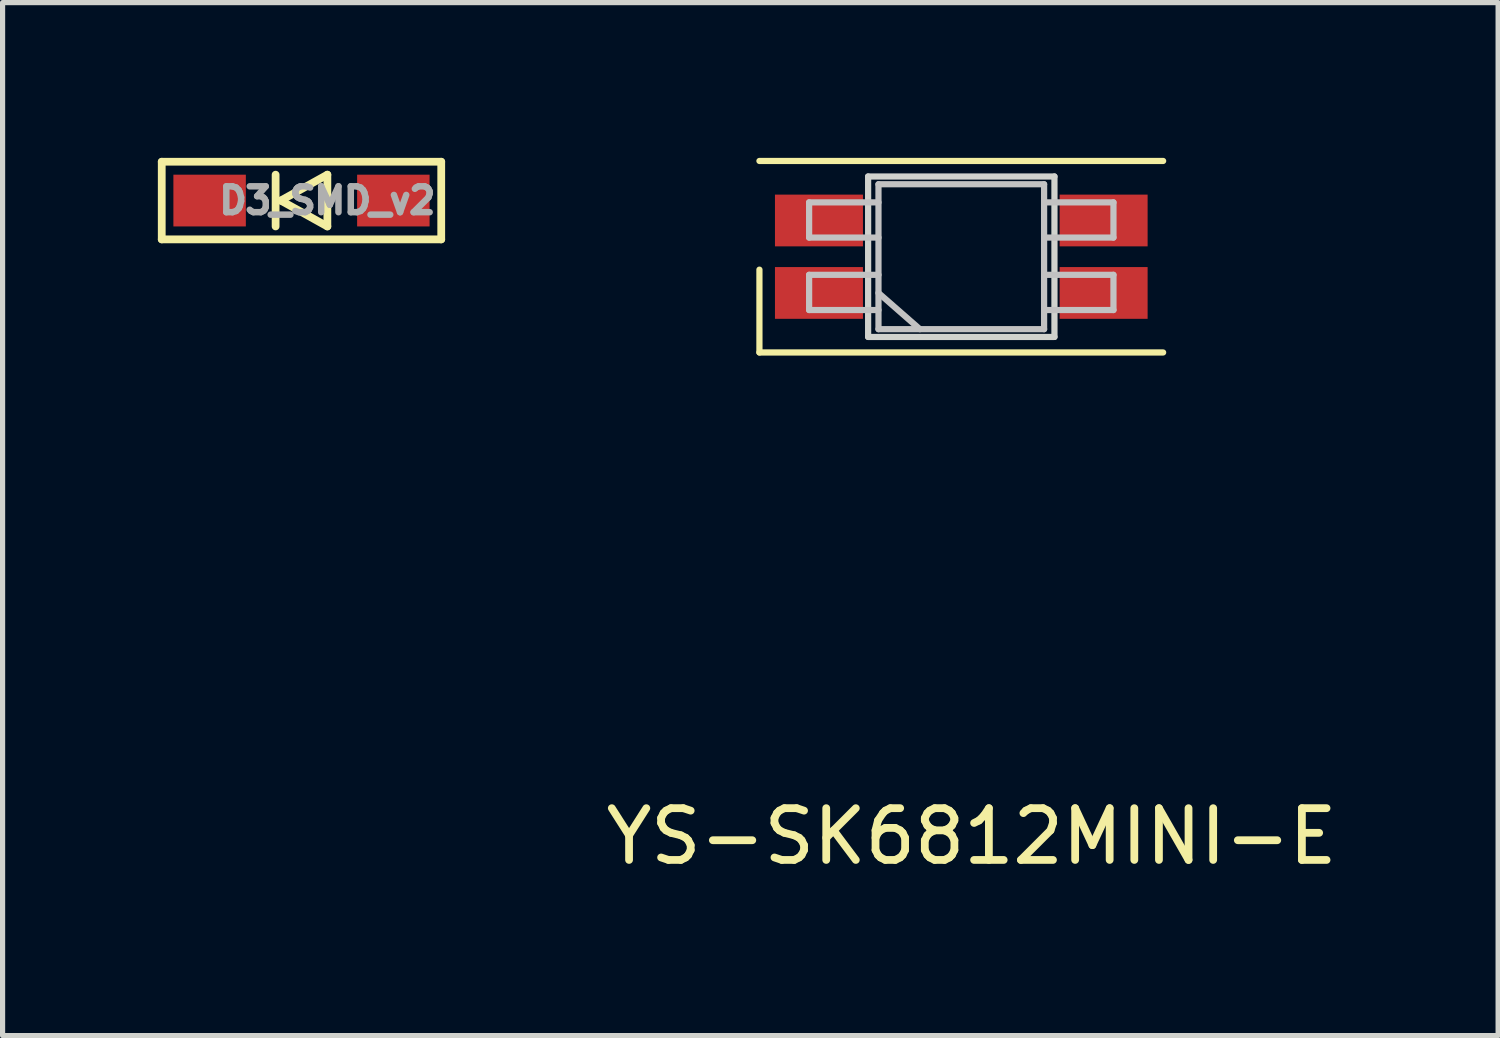
<source format=kicad_pcb>
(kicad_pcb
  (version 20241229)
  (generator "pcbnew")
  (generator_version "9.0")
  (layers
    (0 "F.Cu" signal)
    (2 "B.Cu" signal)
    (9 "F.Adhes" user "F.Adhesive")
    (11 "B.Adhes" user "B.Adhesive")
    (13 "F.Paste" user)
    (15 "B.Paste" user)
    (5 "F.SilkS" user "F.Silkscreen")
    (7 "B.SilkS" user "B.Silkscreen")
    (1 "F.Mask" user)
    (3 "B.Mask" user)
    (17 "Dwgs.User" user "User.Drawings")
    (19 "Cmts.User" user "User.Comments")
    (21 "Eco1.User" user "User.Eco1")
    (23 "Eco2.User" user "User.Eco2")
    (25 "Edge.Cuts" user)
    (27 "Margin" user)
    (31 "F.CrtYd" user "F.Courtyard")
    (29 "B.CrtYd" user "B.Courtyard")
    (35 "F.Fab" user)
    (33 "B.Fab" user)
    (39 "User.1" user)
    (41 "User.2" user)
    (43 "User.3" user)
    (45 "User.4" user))
  (footprint "D3_SMD_v2"
    (layer "F.Cu")
    (at 2.775 0.825)
    (property "Reference" "D3_SMD_v2" (at 0.5 0 0) (layer "F.Fab") (effects (font (size 0.5 0.5) (thickness 0.125))))
    (attr through_hole)
    (fp_line (start -2.7 -0.75) (end -2.7 0.75) (stroke (width 0.15) (type solid)) (layer "F.SilkS"))
    (fp_line (start -2.7 0.75) (end 2.7 0.75) (stroke (width 0.15) (type solid)) (layer "F.SilkS"))
    (fp_line (start -0.5 -0.5) (end -0.5 0.5) (stroke (width 0.15) (type solid)) (layer "F.SilkS"))
    (fp_line (start -0.4 0) (end 0.5 -0.5) (stroke (width 0.15) (type solid)) (layer "F.SilkS"))
    (fp_line (start 0.5 -0.5) (end 0.5 0.5) (stroke (width 0.15) (type solid)) (layer "F.SilkS"))
    (fp_line (start 0.5 0.5) (end -0.4 0) (stroke (width 0.15) (type solid)) (layer "F.SilkS"))
    (fp_line (start 2.7 -0.75) (end -2.7 -0.75) (stroke (width 0.15) (type solid)) (layer "F.SilkS"))
    (fp_line (start 2.7 -0.75) (end 2.7 0.75) (stroke (width 0.15) (type solid)) (layer "F.SilkS"))
    (pad "1" smd rect (at -1.775 0) (size 1.4 1) (layers "F.Cu" "F.Mask" "F.Paste"))
    (pad "2" smd rect (at 1.775 0) (size 1.4 1) (layers "F.Cu" "F.Mask" "F.Paste")))
  (footprint "YS-SK6812MINI-E"
    (layer "F.Cu")
    (at 15.523 1.91)
    (property "Reference" "YS-SK6812MINI-E" (at 0.2 11.2 0) (layer "F.SilkS") (effects (font (size 1 1) (thickness 0.15))))
    (attr through_hole)
    (fp_line (start -3.9 0.25) (end -3.9 1.85) (stroke (width 0.12) (type solid)) (layer "F.SilkS"))
    (fp_line (start -3.9 1.85) (end 3.9 1.85) (stroke (width 0.12) (type solid)) (layer "F.SilkS"))
    (fp_line (start 3.9 -1.85) (end -3.9 -1.85) (stroke (width 0.12) (type solid)) (layer "F.SilkS"))
    (fp_line (start -2.94 -1.05) (end -2.94 -0.37) (stroke (width 0.12) (type solid)) (layer "Dwgs.User"))
    (fp_line (start -2.94 -0.37) (end -1.6 -0.37) (stroke (width 0.12) (type solid)) (layer "Dwgs.User"))
    (fp_line (start -2.94 0.35) (end -2.94 1.03) (stroke (width 0.12) (type solid)) (layer "Dwgs.User"))
    (fp_line (start -2.94 1.03) (end -1.6 1.03) (stroke (width 0.12) (type solid)) (layer "Dwgs.User"))
    (fp_line (start -1.6 -1.4) (end -1.6 1.4) (stroke (width 0.12) (type solid)) (layer "Dwgs.User"))
    (fp_line (start -1.6 -1.4) (end 1.6 -1.4) (stroke (width 0.12) (type solid)) (layer "Dwgs.User"))
    (fp_line (start -1.6 -1.05) (end -2.94 -1.05) (stroke (width 0.12) (type solid)) (layer "Dwgs.User"))
    (fp_line (start -1.6 0.35) (end -2.94 0.35) (stroke (width 0.12) (type solid)) (layer "Dwgs.User"))
    (fp_line (start -1.6 0.7) (end -0.8 1.4) (stroke (width 0.12) (type solid)) (layer "Dwgs.User"))
    (fp_line (start -1.6 1.4) (end 1.6 1.4) (stroke (width 0.12) (type solid)) (layer "Dwgs.User"))
    (fp_line (start 1.6 -1.4) (end 1.6 1.4) (stroke (width 0.12) (type solid)) (layer "Dwgs.User"))
    (fp_line (start 1.6 -0.37) (end 2.94 -0.37) (stroke (width 0.12) (type solid)) (layer "Dwgs.User"))
    (fp_line (start 1.6 1.03) (end 2.94 1.03) (stroke (width 0.12) (type solid)) (layer "Dwgs.User"))
    (fp_line (start 2.94 -1.05) (end 1.6 -1.05) (stroke (width 0.12) (type solid)) (layer "Dwgs.User"))
    (fp_line (start 2.94 -0.37) (end 2.94 -1.05) (stroke (width 0.12) (type solid)) (layer "Dwgs.User"))
    (fp_line (start 2.94 0.35) (end 1.6 0.35) (stroke (width 0.12) (type solid)) (layer "Dwgs.User"))
    (fp_line (start 2.94 1.03) (end 2.94 0.35) (stroke (width 0.12) (type solid)) (layer "Dwgs.User"))
    (fp_line (start -1.8 -1.55) (end -1.8 1.55) (stroke (width 0.12) (type solid)) (layer "Edge.Cuts"))
    (fp_line (start -1.8 1.55) (end 1.8 1.55) (stroke (width 0.12) (type solid)) (layer "Edge.Cuts"))
    (fp_line (start 1.8 -1.55) (end -1.8 -1.55) (stroke (width 0.12) (type solid)) (layer "Edge.Cuts"))
    (fp_line (start 1.8 1.55) (end 1.8 -1.55) (stroke (width 0.12) (type solid)) (layer "Edge.Cuts"))
    (pad "1" smd rect (at 2.75 -0.7) (size 1.7 1) (layers "F.Cu" "F.Mask" "F.Paste"))
    (pad "2" smd rect (at 2.75 0.7) (size 1.7 1) (layers "F.Cu" "F.Mask" "F.Paste"))
    (pad "3" smd rect (at -2.75 0.7) (size 1.7 1) (layers "F.Cu" "F.Mask" "F.Paste"))
    (pad "4" smd rect (at -2.75 -0.7) (size 1.7 1) (layers "F.Cu" "F.Mask" "F.Paste")))
  (gr_rect
    (start -3 -3)
    (end 25.895 16.958)
    (stroke (width 0.1) (type default))
    (fill no)
    (layer "Edge.Cuts")))
</source>
